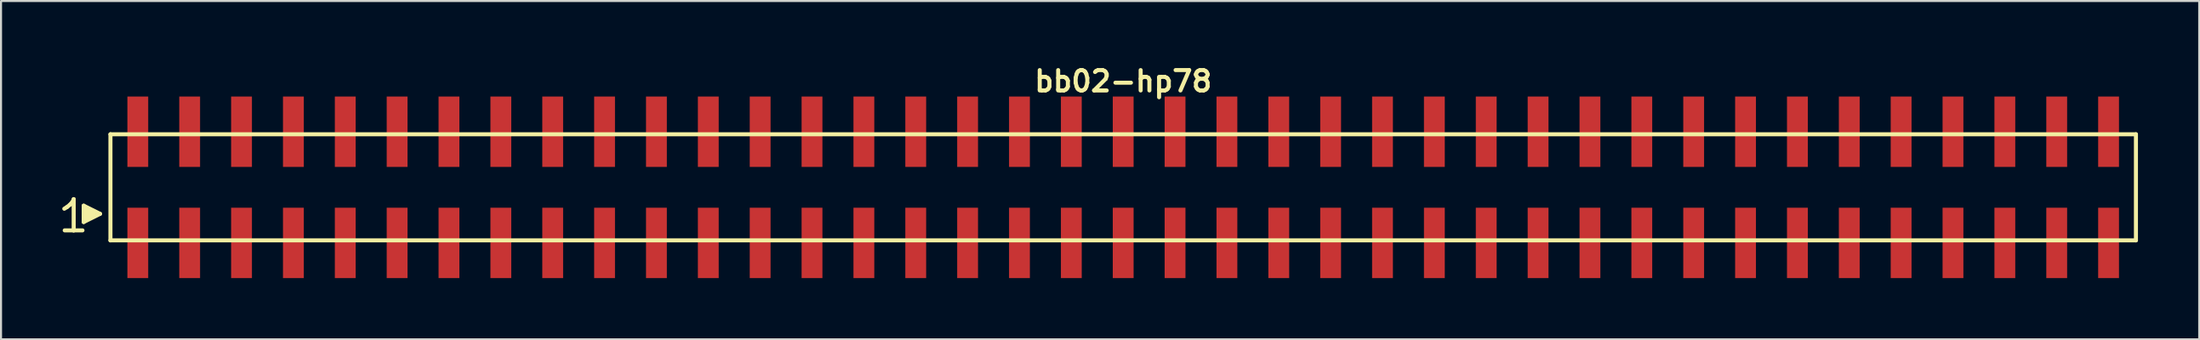
<source format=kicad_pcb>
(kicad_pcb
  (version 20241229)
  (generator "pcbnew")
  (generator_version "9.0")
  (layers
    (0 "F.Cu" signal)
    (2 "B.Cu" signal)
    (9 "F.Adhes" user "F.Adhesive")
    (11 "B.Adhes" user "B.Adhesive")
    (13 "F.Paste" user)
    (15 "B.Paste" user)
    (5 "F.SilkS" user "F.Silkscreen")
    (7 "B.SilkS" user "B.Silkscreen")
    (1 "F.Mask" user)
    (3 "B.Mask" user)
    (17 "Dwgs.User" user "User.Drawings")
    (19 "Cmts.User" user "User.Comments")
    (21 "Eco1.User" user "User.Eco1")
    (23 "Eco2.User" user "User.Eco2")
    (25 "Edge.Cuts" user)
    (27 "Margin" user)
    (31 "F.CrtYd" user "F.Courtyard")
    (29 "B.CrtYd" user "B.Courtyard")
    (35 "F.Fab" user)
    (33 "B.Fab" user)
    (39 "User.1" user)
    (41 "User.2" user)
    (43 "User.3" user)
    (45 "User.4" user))
  (footprint "bb02-hp78"
    (layer "F.Cu")
    (at 51.959 6.132)
    (property "Reference" "bb02-hp78" (at 0 -5.2 0) (layer "F.SilkS") (effects (font (size 0.998 0.998) (thickness 0.198))))
    (attr through_hole)
    (fp_line (start -51.86 1.05) (end -51.73 0.97) (stroke (width 0.198) (type solid)) (layer "F.SilkS"))
    (fp_line (start -51.73 0.97) (end -51.57 0.84) (stroke (width 0.198) (type solid)) (layer "F.SilkS"))
    (fp_line (start -51.57 0.84) (end -51.43 0.67) (stroke (width 0.198) (type solid)) (layer "F.SilkS"))
    (fp_line (start -51.43 0.67) (end -51.4 0.58) (stroke (width 0.198) (type solid)) (layer "F.SilkS"))
    (fp_line (start -51.4 0.58) (end -51.4 2.11) (stroke (width 0.198) (type solid)) (layer "F.SilkS"))
    (fp_line (start -51.4 2.11) (end -51.84 2.11) (stroke (width 0.198) (type solid)) (layer "F.SilkS"))
    (fp_line (start -50.97 2.11) (end -51.41 2.11) (stroke (width 0.198) (type solid)) (layer "F.SilkS"))
    (fp_line (start -50.91 0.9) (end -50.11 1.3) (stroke (width 0.198) (type solid)) (layer "F.SilkS"))
    (fp_line (start -50.91 1.7) (end -50.91 0.9) (stroke (width 0.198) (type solid)) (layer "F.SilkS"))
    (fp_line (start -50.81 1.6) (end -50.81 1) (stroke (width 0.198) (type solid)) (layer "F.SilkS"))
    (fp_line (start -50.71 1.1) (end -50.71 1.5) (stroke (width 0.198) (type solid)) (layer "F.SilkS"))
    (fp_line (start -50.61 1.5) (end -50.61 1.1) (stroke (width 0.198) (type solid)) (layer "F.SilkS"))
    (fp_line (start -50.51 1.2) (end -50.51 1.4) (stroke (width 0.198) (type solid)) (layer "F.SilkS"))
    (fp_line (start -50.41 1.4) (end -50.41 1.2) (stroke (width 0.198) (type solid)) (layer "F.SilkS"))
    (fp_line (start -50.11 1.3) (end -50.91 1.7) (stroke (width 0.198) (type solid)) (layer "F.SilkS"))
    (fp_line (start -49.6 -2.6) (end -49.6 2.6) (stroke (width 0.198) (type solid)) (layer "F.SilkS"))
    (fp_line (start -49.6 -2.6) (end 49.6 -2.6) (stroke (width 0.198) (type solid)) (layer "F.SilkS"))
    (fp_line (start 49.6 2.6) (end -49.6 2.6) (stroke (width 0.198) (type solid)) (layer "F.SilkS"))
    (fp_line (start 49.6 2.6) (end 49.6 -2.6) (stroke (width 0.198) (type solid)) (layer "F.SilkS"))
    (pad "1" smd rect (at -48.26 2.725) (size 1.02 3.45) (layers "F.Cu" "F.Mask" "F.Paste"))
    (pad "2" smd rect (at -48.26 -2.725) (size 1.02 3.45) (layers "F.Cu" "F.Mask" "F.Paste"))
    (pad "3" smd rect (at -45.72 2.725) (size 1.02 3.45) (layers "F.Cu" "F.Mask" "F.Paste"))
    (pad "4" smd rect (at -45.72 -2.725) (size 1.02 3.45) (layers "F.Cu" "F.Mask" "F.Paste"))
    (pad "5" smd rect (at -43.18 2.725) (size 1.02 3.45) (layers "F.Cu" "F.Mask" "F.Paste"))
    (pad "6" smd rect (at -43.18 -2.725) (size 1.02 3.45) (layers "F.Cu" "F.Mask" "F.Paste"))
    (pad "7" smd rect (at -40.64 2.725) (size 1.02 3.45) (layers "F.Cu" "F.Mask" "F.Paste"))
    (pad "8" smd rect (at -40.64 -2.725) (size 1.02 3.45) (layers "F.Cu" "F.Mask" "F.Paste"))
    (pad "9" smd rect (at -38.1 2.725) (size 1.02 3.45) (layers "F.Cu" "F.Mask" "F.Paste"))
    (pad "10" smd rect (at -38.1 -2.725) (size 1.02 3.45) (layers "F.Cu" "F.Mask" "F.Paste"))
    (pad "11" smd rect (at -35.56 2.725) (size 1.02 3.45) (layers "F.Cu" "F.Mask" "F.Paste"))
    (pad "12" smd rect (at -35.56 -2.725) (size 1.02 3.45) (layers "F.Cu" "F.Mask" "F.Paste"))
    (pad "13" smd rect (at -33.02 2.725) (size 1.02 3.45) (layers "F.Cu" "F.Mask" "F.Paste"))
    (pad "14" smd rect (at -33.02 -2.725) (size 1.02 3.45) (layers "F.Cu" "F.Mask" "F.Paste"))
    (pad "15" smd rect (at -30.48 2.725) (size 1.02 3.45) (layers "F.Cu" "F.Mask" "F.Paste"))
    (pad "16" smd rect (at -30.48 -2.725) (size 1.02 3.45) (layers "F.Cu" "F.Mask" "F.Paste"))
    (pad "17" smd rect (at -27.94 2.725) (size 1.02 3.45) (layers "F.Cu" "F.Mask" "F.Paste"))
    (pad "18" smd rect (at -27.94 -2.725) (size 1.02 3.45) (layers "F.Cu" "F.Mask" "F.Paste"))
    (pad "19" smd rect (at -25.4 2.725) (size 1.02 3.45) (layers "F.Cu" "F.Mask" "F.Paste"))
    (pad "20" smd rect (at -25.4 -2.725) (size 1.02 3.45) (layers "F.Cu" "F.Mask" "F.Paste"))
    (pad "21" smd rect (at -22.86 2.725) (size 1.02 3.45) (layers "F.Cu" "F.Mask" "F.Paste"))
    (pad "22" smd rect (at -22.86 -2.725) (size 1.02 3.45) (layers "F.Cu" "F.Mask" "F.Paste"))
    (pad "23" smd rect (at -20.32 2.725) (size 1.02 3.45) (layers "F.Cu" "F.Mask" "F.Paste"))
    (pad "24" smd rect (at -20.32 -2.725) (size 1.02 3.45) (layers "F.Cu" "F.Mask" "F.Paste"))
    (pad "25" smd rect (at -17.78 2.725) (size 1.02 3.45) (layers "F.Cu" "F.Mask" "F.Paste"))
    (pad "26" smd rect (at -17.78 -2.725) (size 1.02 3.45) (layers "F.Cu" "F.Mask" "F.Paste"))
    (pad "27" smd rect (at -15.24 2.725) (size 1.02 3.45) (layers "F.Cu" "F.Mask" "F.Paste"))
    (pad "28" smd rect (at -15.24 -2.725) (size 1.02 3.45) (layers "F.Cu" "F.Mask" "F.Paste"))
    (pad "29" smd rect (at -12.7 2.725) (size 1.02 3.45) (layers "F.Cu" "F.Mask" "F.Paste"))
    (pad "30" smd rect (at -12.7 -2.725) (size 1.02 3.45) (layers "F.Cu" "F.Mask" "F.Paste"))
    (pad "31" smd rect (at -10.16 2.725) (size 1.02 3.45) (layers "F.Cu" "F.Mask" "F.Paste"))
    (pad "32" smd rect (at -10.16 -2.725) (size 1.02 3.45) (layers "F.Cu" "F.Mask" "F.Paste"))
    (pad "33" smd rect (at -7.62 2.725) (size 1.02 3.45) (layers "F.Cu" "F.Mask" "F.Paste"))
    (pad "34" smd rect (at -7.62 -2.725) (size 1.02 3.45) (layers "F.Cu" "F.Mask" "F.Paste"))
    (pad "35" smd rect (at -5.08 2.725) (size 1.02 3.45) (layers "F.Cu" "F.Mask" "F.Paste"))
    (pad "36" smd rect (at -5.08 -2.725) (size 1.02 3.45) (layers "F.Cu" "F.Mask" "F.Paste"))
    (pad "37" smd rect (at -2.54 2.725) (size 1.02 3.45) (layers "F.Cu" "F.Mask" "F.Paste"))
    (pad "38" smd rect (at -2.54 -2.725) (size 1.02 3.45) (layers "F.Cu" "F.Mask" "F.Paste"))
    (pad "39" smd rect (at 0 2.725) (size 1.02 3.45) (layers "F.Cu" "F.Mask" "F.Paste"))
    (pad "40" smd rect (at 0 -2.725) (size 1.02 3.45) (layers "F.Cu" "F.Mask" "F.Paste"))
    (pad "41" smd rect (at 2.54 2.725) (size 1.02 3.45) (layers "F.Cu" "F.Mask" "F.Paste"))
    (pad "42" smd rect (at 2.54 -2.725) (size 1.02 3.45) (layers "F.Cu" "F.Mask" "F.Paste"))
    (pad "43" smd rect (at 5.08 2.725) (size 1.02 3.45) (layers "F.Cu" "F.Mask" "F.Paste"))
    (pad "44" smd rect (at 5.08 -2.725) (size 1.02 3.45) (layers "F.Cu" "F.Mask" "F.Paste"))
    (pad "45" smd rect (at 7.62 2.725) (size 1.02 3.45) (layers "F.Cu" "F.Mask" "F.Paste"))
    (pad "46" smd rect (at 7.62 -2.725) (size 1.02 3.45) (layers "F.Cu" "F.Mask" "F.Paste"))
    (pad "47" smd rect (at 10.16 2.725) (size 1.02 3.45) (layers "F.Cu" "F.Mask" "F.Paste"))
    (pad "48" smd rect (at 10.16 -2.725) (size 1.02 3.45) (layers "F.Cu" "F.Mask" "F.Paste"))
    (pad "49" smd rect (at 12.7 2.725) (size 1.02 3.45) (layers "F.Cu" "F.Mask" "F.Paste"))
    (pad "50" smd rect (at 12.7 -2.725) (size 1.02 3.45) (layers "F.Cu" "F.Mask" "F.Paste"))
    (pad "51" smd rect (at 15.24 2.725) (size 1.02 3.45) (layers "F.Cu" "F.Mask" "F.Paste"))
    (pad "52" smd rect (at 15.24 -2.725) (size 1.02 3.45) (layers "F.Cu" "F.Mask" "F.Paste"))
    (pad "53" smd rect (at 17.78 2.725) (size 1.02 3.45) (layers "F.Cu" "F.Mask" "F.Paste"))
    (pad "54" smd rect (at 17.78 -2.725) (size 1.02 3.45) (layers "F.Cu" "F.Mask" "F.Paste"))
    (pad "55" smd rect (at 20.32 2.725) (size 1.02 3.45) (layers "F.Cu" "F.Mask" "F.Paste"))
    (pad "56" smd rect (at 20.32 -2.725) (size 1.02 3.45) (layers "F.Cu" "F.Mask" "F.Paste"))
    (pad "57" smd rect (at 22.86 2.725) (size 1.02 3.45) (layers "F.Cu" "F.Mask" "F.Paste"))
    (pad "58" smd rect (at 22.86 -2.725) (size 1.02 3.45) (layers "F.Cu" "F.Mask" "F.Paste"))
    (pad "59" smd rect (at 25.4 2.725) (size 1.02 3.45) (layers "F.Cu" "F.Mask" "F.Paste"))
    (pad "60" smd rect (at 25.4 -2.725) (size 1.02 3.45) (layers "F.Cu" "F.Mask" "F.Paste"))
    (pad "61" smd rect (at 27.94 2.725) (size 1.02 3.45) (layers "F.Cu" "F.Mask" "F.Paste"))
    (pad "62" smd rect (at 27.94 -2.725) (size 1.02 3.45) (layers "F.Cu" "F.Mask" "F.Paste"))
    (pad "63" smd rect (at 30.48 2.725) (size 1.02 3.45) (layers "F.Cu" "F.Mask" "F.Paste"))
    (pad "64" smd rect (at 30.48 -2.725) (size 1.02 3.45) (layers "F.Cu" "F.Mask" "F.Paste"))
    (pad "65" smd rect (at 33.02 2.725) (size 1.02 3.45) (layers "F.Cu" "F.Mask" "F.Paste"))
    (pad "66" smd rect (at 33.02 -2.725) (size 1.02 3.45) (layers "F.Cu" "F.Mask" "F.Paste"))
    (pad "67" smd rect (at 35.56 2.725) (size 1.02 3.45) (layers "F.Cu" "F.Mask" "F.Paste"))
    (pad "68" smd rect (at 35.56 -2.725) (size 1.02 3.45) (layers "F.Cu" "F.Mask" "F.Paste"))
    (pad "69" smd rect (at 38.1 2.725) (size 1.02 3.45) (layers "F.Cu" "F.Mask" "F.Paste"))
    (pad "70" smd rect (at 38.1 -2.725) (size 1.02 3.45) (layers "F.Cu" "F.Mask" "F.Paste"))
    (pad "71" smd rect (at 40.64 2.725) (size 1.02 3.45) (layers "F.Cu" "F.Mask" "F.Paste"))
    (pad "72" smd rect (at 40.64 -2.725) (size 1.02 3.45) (layers "F.Cu" "F.Mask" "F.Paste"))
    (pad "73" smd rect (at 43.18 2.725) (size 1.02 3.45) (layers "F.Cu" "F.Mask" "F.Paste"))
    (pad "74" smd rect (at 43.18 -2.725) (size 1.02 3.45) (layers "F.Cu" "F.Mask" "F.Paste"))
    (pad "75" smd rect (at 45.72 2.725) (size 1.02 3.45) (layers "F.Cu" "F.Mask" "F.Paste"))
    (pad "76" smd rect (at 45.72 -2.725) (size 1.02 3.45) (layers "F.Cu" "F.Mask" "F.Paste"))
    (pad "77" smd rect (at 48.26 2.725) (size 1.02 3.45) (layers "F.Cu" "F.Mask" "F.Paste"))
    (pad "78" smd rect (at 48.26 -2.725) (size 1.02 3.45) (layers "F.Cu" "F.Mask" "F.Paste")))
  (gr_rect
    (start -3 -3)
    (end 104.658 13.582)
    (stroke (width 0.1) (type default))
    (fill no)
    (layer "Edge.Cuts")))
</source>
